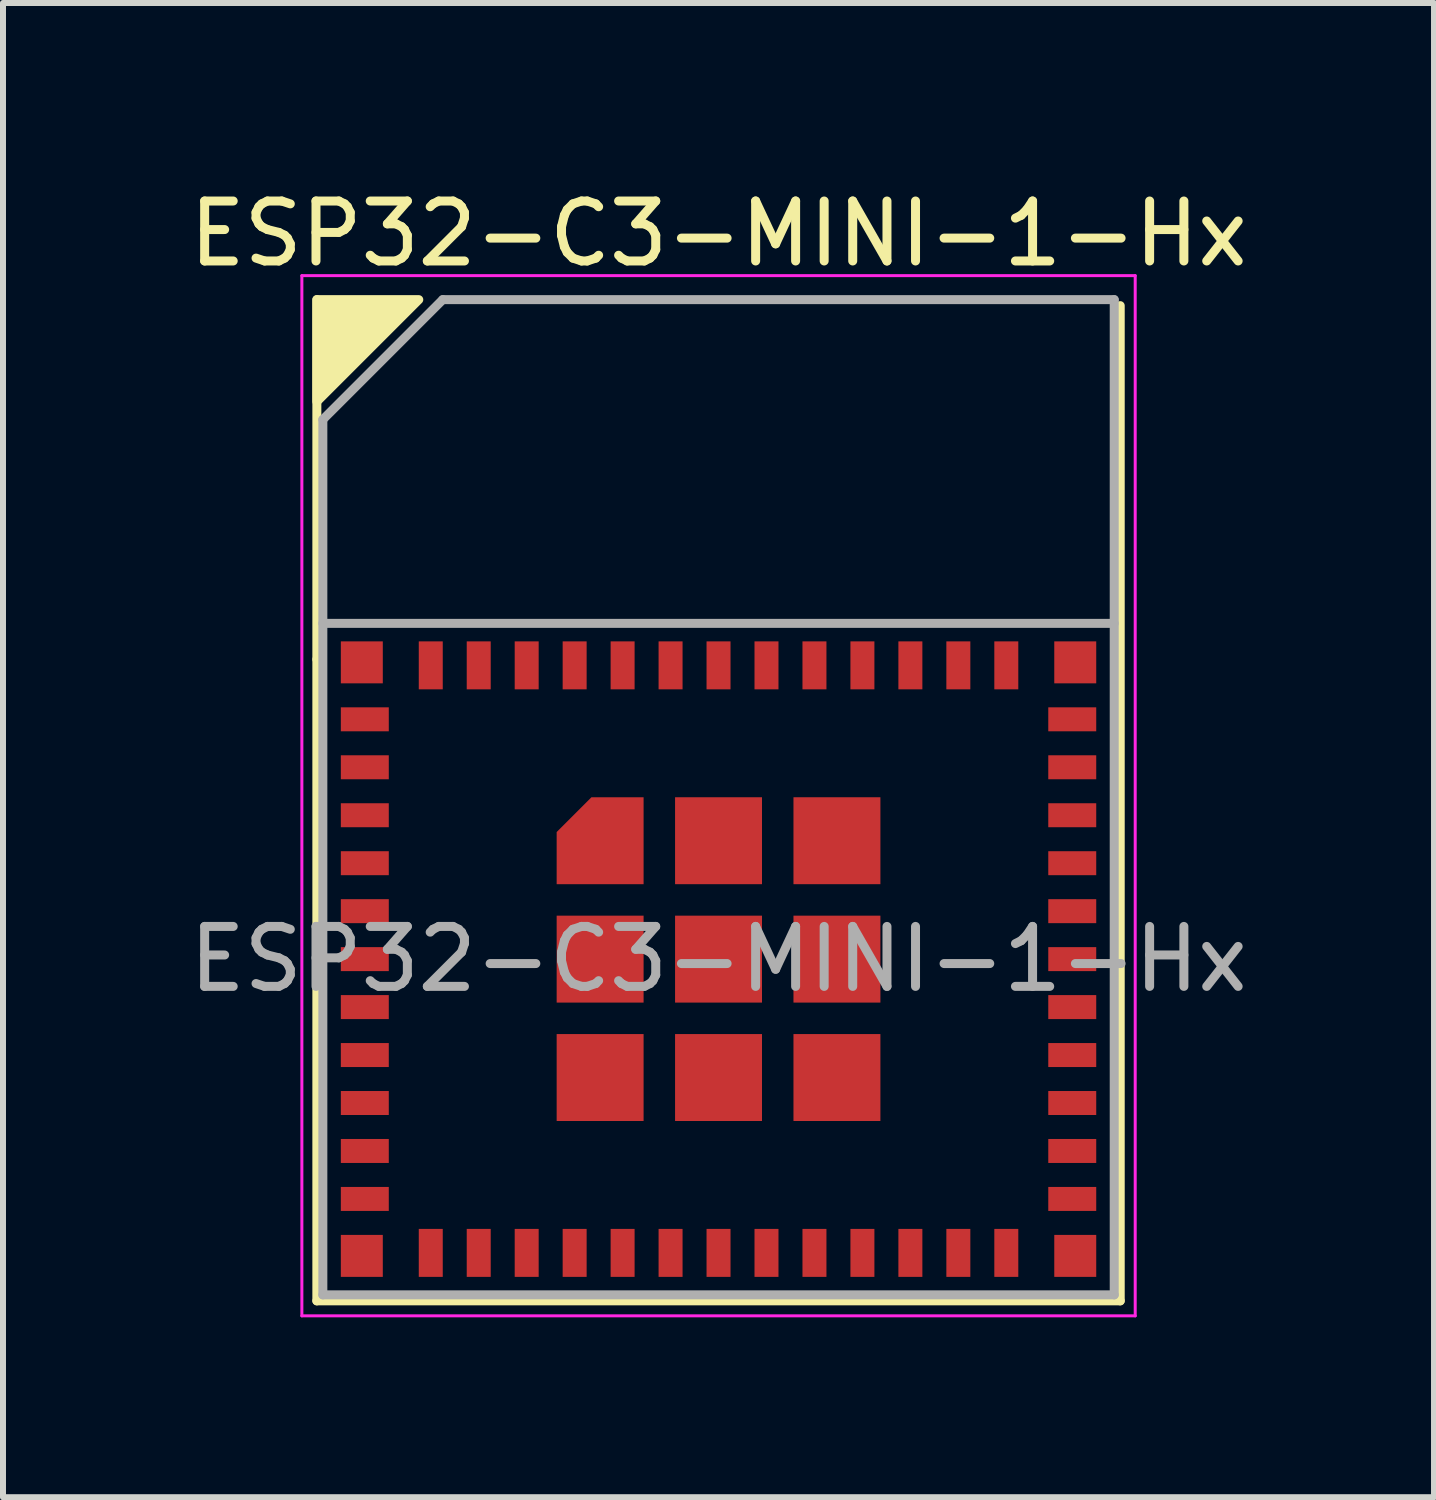
<source format=kicad_pcb>
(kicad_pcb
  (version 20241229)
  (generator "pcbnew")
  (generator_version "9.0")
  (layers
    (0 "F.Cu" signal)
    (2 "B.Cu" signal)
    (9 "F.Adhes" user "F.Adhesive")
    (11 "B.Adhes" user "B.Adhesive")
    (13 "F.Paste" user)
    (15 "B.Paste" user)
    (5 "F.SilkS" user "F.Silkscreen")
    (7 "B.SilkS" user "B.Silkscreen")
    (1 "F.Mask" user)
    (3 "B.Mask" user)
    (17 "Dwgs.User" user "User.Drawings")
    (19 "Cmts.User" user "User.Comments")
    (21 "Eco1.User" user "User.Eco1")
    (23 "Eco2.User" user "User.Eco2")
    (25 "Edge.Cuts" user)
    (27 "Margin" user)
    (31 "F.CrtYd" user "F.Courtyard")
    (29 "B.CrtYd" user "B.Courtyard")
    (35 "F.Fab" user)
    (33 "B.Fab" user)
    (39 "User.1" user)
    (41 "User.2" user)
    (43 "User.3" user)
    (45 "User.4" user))
  (footprint "ESP32-C3-MINI-1-Hx"
    (layer "F.Cu")
    (at 8.935 12.948)
    (property "Reference" "ESP32-C3-MINI-1-Hx" (at 0 -12.1 0) (layer "F.SilkS") (effects (font (size 1 1) (thickness 0.15))))
    (attr smd)
    (fp_line (start -6.7 -5) (end -6.7 -11) (stroke (width 0.15) (type solid)) (layer "F.SilkS"))
    (fp_line (start -6.7 5.7) (end -6.7 -5) (stroke (width 0.15) (type default)) (layer "F.SilkS"))
    (fp_line (start 6.7 5.7) (end -6.7 5.7) (stroke (width 0.15) (type default)) (layer "F.SilkS"))
    (fp_line (start 6.7 5.7) (end 6.7 -10.9) (stroke (width 0.15) (type default)) (layer "F.SilkS"))
    (fp_poly (pts (xy -6.7 -11) (xy -6.7 -9.3) (xy -5 -11)) (stroke (width 0.15) (type solid)) (fill yes) (layer "F.SilkS"))
    (fp_line (start -6.95 -11.4) (end -6.95 5.95) (stroke (width 0.05) (type default)) (layer "F.CrtYd"))
    (fp_line (start 6.95 -11.4) (end -6.95 -11.4) (stroke (width 0.05) (type default)) (layer "F.CrtYd"))
    (fp_line (start 6.95 -11.4) (end 6.95 5.95) (stroke (width 0.05) (type default)) (layer "F.CrtYd"))
    (fp_line (start 6.95 5.95) (end -6.95 5.95) (stroke (width 0.05) (type default)) (layer "F.CrtYd"))
    (fp_line (start -6.6 -9) (end -6.6 5.6) (stroke (width 0.15) (type default)) (layer "F.Fab"))
    (fp_line (start -6.6 -5.6) (end 6.6 -5.6) (stroke (width 0.15) (type default)) (layer "F.Fab"))
    (fp_line (start -6.6 5.6) (end 6.6 5.6) (stroke (width 0.15) (type default)) (layer "F.Fab"))
    (fp_line (start -4.6 -11) (end -6.6 -9) (stroke (width 0.15) (type default)) (layer "F.Fab"))
    (fp_line (start 6.6 -11) (end -4.6 -11) (stroke (width 0.15) (type default)) (layer "F.Fab"))
    (fp_line (start 6.6 5.6) (end 6.6 -11) (stroke (width 0.15) (type default)) (layer "F.Fab"))
    (fp_text user "${REFERENCE}" (at 0 0 0) (unlocked yes) (layer "F.Fab") (effects (font (size 1 1) (thickness 0.15))))
    (pad "1" smd rect (at -5.9 -4 90) (size 0.4 0.8) (layers "F.Cu" "F.Mask" "F.Paste"))
    (pad "2" smd rect (at -5.9 -3.2 90) (size 0.4 0.8) (layers "F.Cu" "F.Mask" "F.Paste"))
    (pad "3" smd rect (at -5.9 -2.4 90) (size 0.4 0.8) (layers "F.Cu" "F.Mask" "F.Paste"))
    (pad "4" smd rect (at -5.9 -1.6 90) (size 0.4 0.8) (layers "F.Cu" "F.Mask" "F.Paste"))
    (pad "5" smd rect (at -5.9 -0.8 90) (size 0.4 0.8) (layers "F.Cu" "F.Mask" "F.Paste"))
    (pad "6" smd rect (at -5.9 0 90) (size 0.4 0.8) (layers "F.Cu" "F.Mask" "F.Paste"))
    (pad "7" smd rect (at -5.9 0.8 90) (size 0.4 0.8) (layers "F.Cu" "F.Mask" "F.Paste"))
    (pad "8" smd rect (at -5.9 1.6 90) (size 0.4 0.8) (layers "F.Cu" "F.Mask" "F.Paste"))
    (pad "9" smd rect (at -5.9 2.4 90) (size 0.4 0.8) (layers "F.Cu" "F.Mask" "F.Paste"))
    (pad "10" smd rect (at -5.9 3.2 90) (size 0.4 0.8) (layers "F.Cu" "F.Mask" "F.Paste"))
    (pad "11" smd rect (at -5.9 4 90) (size 0.4 0.8) (layers "F.Cu" "F.Mask" "F.Paste"))
    (pad "12" smd rect (at -4.8 4.9) (size 0.4 0.8) (layers "F.Cu" "F.Mask" "F.Paste"))
    (pad "13" smd rect (at -4 4.9) (size 0.4 0.8) (layers "F.Cu" "F.Mask" "F.Paste"))
    (pad "14" smd rect (at -3.2 4.9) (size 0.4 0.8) (layers "F.Cu" "F.Mask" "F.Paste"))
    (pad "15" smd rect (at -2.4 4.9) (size 0.4 0.8) (layers "F.Cu" "F.Mask" "F.Paste"))
    (pad "16" smd rect (at -1.6 4.9) (size 0.4 0.8) (layers "F.Cu" "F.Mask" "F.Paste"))
    (pad "17" smd rect (at -0.8 4.9) (size 0.4 0.8) (layers "F.Cu" "F.Mask" "F.Paste"))
    (pad "18" smd rect (at 0 4.9) (size 0.4 0.8) (layers "F.Cu" "F.Mask" "F.Paste"))
    (pad "19" smd rect (at 0.8 4.9) (size 0.4 0.8) (layers "F.Cu" "F.Mask" "F.Paste"))
    (pad "20" smd rect (at 1.6 4.9) (size 0.4 0.8) (layers "F.Cu" "F.Mask" "F.Paste"))
    (pad "21" smd rect (at 2.4 4.9) (size 0.4 0.8) (layers "F.Cu" "F.Mask" "F.Paste"))
    (pad "22" smd rect (at 3.2 4.9) (size 0.4 0.8) (layers "F.Cu" "F.Mask" "F.Paste"))
    (pad "23" smd rect (at 4 4.9) (size 0.4 0.8) (layers "F.Cu" "F.Mask" "F.Paste"))
    (pad "24" smd rect (at 4.8 4.9) (size 0.4 0.8) (layers "F.Cu" "F.Mask" "F.Paste"))
    (pad "25" smd rect (at 5.9 4 90) (size 0.4 0.8) (layers "F.Cu" "F.Mask" "F.Paste"))
    (pad "26" smd rect (at 5.9 3.2 90) (size 0.4 0.8) (layers "F.Cu" "F.Mask" "F.Paste"))
    (pad "27" smd rect (at 5.9 2.4 90) (size 0.4 0.8) (layers "F.Cu" "F.Mask" "F.Paste"))
    (pad "28" smd rect (at 5.9 1.6 90) (size 0.4 0.8) (layers "F.Cu" "F.Mask" "F.Paste"))
    (pad "29" smd rect (at 5.9 0.8 90) (size 0.4 0.8) (layers "F.Cu" "F.Mask" "F.Paste"))
    (pad "30" smd rect (at 5.9 0 90) (size 0.4 0.8) (layers "F.Cu" "F.Mask" "F.Paste"))
    (pad "31" smd rect (at 5.9 -0.8 90) (size 0.4 0.8) (layers "F.Cu" "F.Mask" "F.Paste"))
    (pad "32" smd rect (at 5.9 -1.6 90) (size 0.4 0.8) (layers "F.Cu" "F.Mask" "F.Paste"))
    (pad "33" smd rect (at 5.9 -2.4 90) (size 0.4 0.8) (layers "F.Cu" "F.Mask" "F.Paste"))
    (pad "34" smd rect (at 5.9 -3.2 90) (size 0.4 0.8) (layers "F.Cu" "F.Mask" "F.Paste"))
    (pad "35" smd rect (at 5.9 -4 90) (size 0.4 0.8) (layers "F.Cu" "F.Mask" "F.Paste"))
    (pad "36" smd rect (at 4.8 -4.9) (size 0.4 0.8) (layers "F.Cu" "F.Mask" "F.Paste"))
    (pad "37" smd rect (at 4 -4.9) (size 0.4 0.8) (layers "F.Cu" "F.Mask" "F.Paste"))
    (pad "38" smd rect (at 3.2 -4.9) (size 0.4 0.8) (layers "F.Cu" "F.Mask" "F.Paste"))
    (pad "39" smd rect (at 2.4 -4.9) (size 0.4 0.8) (layers "F.Cu" "F.Mask" "F.Paste"))
    (pad "40" smd rect (at 1.6 -4.9) (size 0.4 0.8) (layers "F.Cu" "F.Mask" "F.Paste"))
    (pad "41" smd rect (at 0.8 -4.9) (size 0.4 0.8) (layers "F.Cu" "F.Mask" "F.Paste"))
    (pad "42" smd rect (at 0 -4.9) (size 0.4 0.8) (layers "F.Cu" "F.Mask" "F.Paste"))
    (pad "43" smd rect (at -0.8 -4.9) (size 0.4 0.8) (layers "F.Cu" "F.Mask" "F.Paste"))
    (pad "44" smd rect (at -1.6 -4.9) (size 0.4 0.8) (layers "F.Cu" "F.Mask" "F.Paste"))
    (pad "45" smd rect (at -2.4 -4.9) (size 0.4 0.8) (layers "F.Cu" "F.Mask" "F.Paste"))
    (pad "46" smd rect (at -3.2 -4.9) (size 0.4 0.8) (layers "F.Cu" "F.Mask" "F.Paste"))
    (pad "47" smd rect (at -4 -4.9) (size 0.4 0.8) (layers "F.Cu" "F.Mask" "F.Paste"))
    (pad "48" smd rect (at -4.8 -4.9) (size 0.4 0.8) (layers "F.Cu" "F.Mask" "F.Paste"))
    (pad "49" smd rect (at -5.95 -4.95 90) (size 0.7 0.7) (layers "F.Cu" "F.Mask" "F.Paste"))
    (pad "49" smd rect (at -5.95 4.95 90) (size 0.7 0.7) (layers "F.Cu" "F.Mask" "F.Paste"))
    (pad "49" smd roundrect (at -1.975 -1.975) (size 1.45 1.45) (layers "F.Cu" "F.Mask" "F.Paste") (roundrect_rratio 0) (chamfer_ratio 0.4) (chamfer top_left))
    (pad "49" smd rect (at -1.975 0) (size 1.45 1.45) (layers "F.Cu" "F.Mask" "F.Paste"))
    (pad "49" smd rect (at -1.975 1.975) (size 1.45 1.45) (layers "F.Cu" "F.Mask" "F.Paste"))
    (pad "49" smd rect (at 0 -1.975) (size 1.45 1.45) (layers "F.Cu" "F.Mask" "F.Paste"))
    (pad "49" smd rect (at 0 0) (size 1.45 1.45) (layers "F.Cu" "F.Mask" "F.Paste"))
    (pad "49" smd rect (at 0 1.975) (size 1.45 1.45) (layers "F.Cu" "F.Mask" "F.Paste"))
    (pad "49" smd rect (at 1.975 -1.975) (size 1.45 1.45) (layers "F.Cu" "F.Mask" "F.Paste"))
    (pad "49" smd rect (at 1.975 0) (size 1.45 1.45) (layers "F.Cu" "F.Mask" "F.Paste"))
    (pad "49" smd rect (at 1.975 1.975) (size 1.45 1.45) (layers "F.Cu" "F.Mask" "F.Paste"))
    (pad "49" smd rect (at 5.95 -4.95 90) (size 0.7 0.7) (layers "F.Cu" "F.Mask" "F.Paste"))
    (pad "49" smd rect (at 5.95 4.95 90) (size 0.7 0.7) (layers "F.Cu" "F.Mask" "F.Paste")))
  (gr_rect
    (start -3 -3)
    (end 20.869 21.923)
    (stroke (width 0.1) (type default))
    (fill no)
    (layer "Edge.Cuts")))
</source>
